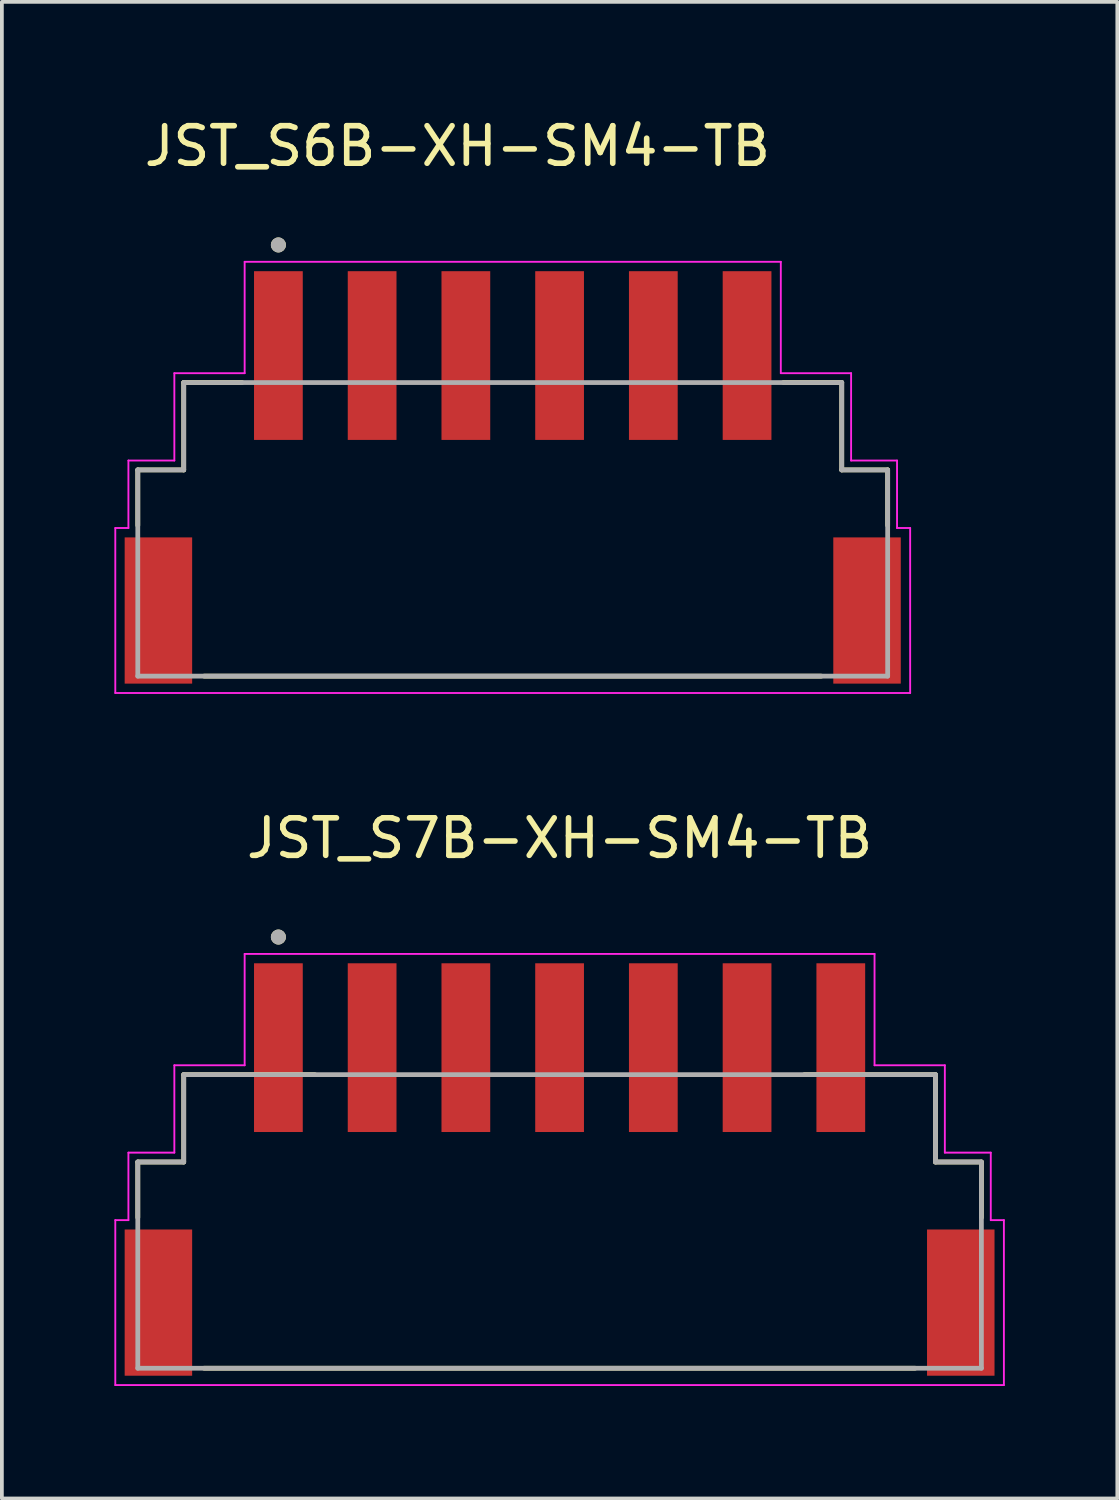
<source format=kicad_pcb>
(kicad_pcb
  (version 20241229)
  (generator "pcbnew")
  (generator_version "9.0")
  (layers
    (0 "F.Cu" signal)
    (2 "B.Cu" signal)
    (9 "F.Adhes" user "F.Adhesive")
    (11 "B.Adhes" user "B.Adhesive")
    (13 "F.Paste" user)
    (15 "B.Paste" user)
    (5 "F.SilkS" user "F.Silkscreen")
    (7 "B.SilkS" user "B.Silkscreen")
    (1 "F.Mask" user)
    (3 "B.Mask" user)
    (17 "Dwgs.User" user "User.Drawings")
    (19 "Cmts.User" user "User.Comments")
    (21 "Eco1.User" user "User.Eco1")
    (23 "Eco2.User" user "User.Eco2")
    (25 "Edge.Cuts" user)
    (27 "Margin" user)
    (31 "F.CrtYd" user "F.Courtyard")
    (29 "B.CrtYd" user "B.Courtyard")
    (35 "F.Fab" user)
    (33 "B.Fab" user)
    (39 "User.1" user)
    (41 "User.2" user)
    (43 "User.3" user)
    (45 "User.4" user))
  (footprint "JST_S6B-XH-SM4-TB"
    (layer "F.Cu")
    (at 10.625 13.233)
    (property "Reference" "JST_S6B-XH-SM4-TB" (at -1.475 -12.385 0) (layer "F.SilkS") (effects (font (size 1 1) (thickness 0.15))))
    (attr smd)
    (fp_line (start -10 -3.75) (end -8.775 -3.75) (stroke (width 0.127) (type solid)) (layer "F.SilkS"))
    (fp_line (start -10 -2.27) (end -10 -3.75) (stroke (width 0.127) (type solid)) (layer "F.SilkS"))
    (fp_line (start -8.775 -6.08) (end -7.22 -6.08) (stroke (width 0.127) (type solid)) (layer "F.SilkS"))
    (fp_line (start -8.775 -3.75) (end -8.775 -6.08) (stroke (width 0.127) (type solid)) (layer "F.SilkS"))
    (fp_line (start -8.23 1.75) (end 8.23 1.75) (stroke (width 0.127) (type solid)) (layer "F.SilkS"))
    (fp_line (start 7.22 -6.08) (end 8.775 -6.08) (stroke (width 0.127) (type solid)) (layer "F.SilkS"))
    (fp_line (start 8.775 -6.08) (end 8.775 -3.75) (stroke (width 0.127) (type solid)) (layer "F.SilkS"))
    (fp_line (start 8.775 -3.75) (end 10 -3.75) (stroke (width 0.127) (type solid)) (layer "F.SilkS"))
    (fp_line (start 10 -3.75) (end 10 -2.27) (stroke (width 0.127) (type solid)) (layer "F.SilkS"))
    (fp_circle (center -6.25 -9.75) (end -6.15 -9.75) (stroke (width 0.2) (type solid)) (fill no) (layer "F.SilkS"))
    (fp_line (start -10.6 -2.2) (end -10.6 2.2) (stroke (width 0.05) (type solid)) (layer "F.CrtYd"))
    (fp_line (start -10.6 2.2) (end 10.6 2.2) (stroke (width 0.05) (type solid)) (layer "F.CrtYd"))
    (fp_line (start -10.25 -4) (end -10.25 -2.2) (stroke (width 0.05) (type solid)) (layer "F.CrtYd"))
    (fp_line (start -10.25 -2.2) (end -10.6 -2.2) (stroke (width 0.05) (type solid)) (layer "F.CrtYd"))
    (fp_line (start -9.025 -6.33) (end -9.025 -4) (stroke (width 0.05) (type solid)) (layer "F.CrtYd"))
    (fp_line (start -9.025 -4) (end -10.25 -4) (stroke (width 0.05) (type solid)) (layer "F.CrtYd"))
    (fp_line (start -7.15 -9.3) (end -7.15 -6.33) (stroke (width 0.05) (type solid)) (layer "F.CrtYd"))
    (fp_line (start -7.15 -6.33) (end -9.025 -6.33) (stroke (width 0.05) (type solid)) (layer "F.CrtYd"))
    (fp_line (start 7.15 -9.3) (end -7.15 -9.3) (stroke (width 0.05) (type solid)) (layer "F.CrtYd"))
    (fp_line (start 7.15 -6.33) (end 7.15 -9.3) (stroke (width 0.05) (type solid)) (layer "F.CrtYd"))
    (fp_line (start 9.025 -6.33) (end 7.15 -6.33) (stroke (width 0.05) (type solid)) (layer "F.CrtYd"))
    (fp_line (start 9.025 -4) (end 9.025 -6.33) (stroke (width 0.05) (type solid)) (layer "F.CrtYd"))
    (fp_line (start 10.25 -4) (end 9.025 -4) (stroke (width 0.05) (type solid)) (layer "F.CrtYd"))
    (fp_line (start 10.25 -2.2) (end 10.25 -4) (stroke (width 0.05) (type solid)) (layer "F.CrtYd"))
    (fp_line (start 10.6 -2.2) (end 10.25 -2.2) (stroke (width 0.05) (type solid)) (layer "F.CrtYd"))
    (fp_line (start 10.6 2.2) (end 10.6 -2.2) (stroke (width 0.05) (type solid)) (layer "F.CrtYd"))
    (fp_line (start -10 -3.75) (end -8.775 -3.75) (stroke (width 0.127) (type solid)) (layer "F.Fab"))
    (fp_line (start -10 1.75) (end -10 -3.75) (stroke (width 0.127) (type solid)) (layer "F.Fab"))
    (fp_line (start -8.775 -6.08) (end 8.775 -6.08) (stroke (width 0.127) (type solid)) (layer "F.Fab"))
    (fp_line (start -8.775 -3.75) (end -8.775 -6.08) (stroke (width 0.127) (type solid)) (layer "F.Fab"))
    (fp_line (start 8.775 -6.08) (end 8.775 -3.75) (stroke (width 0.127) (type solid)) (layer "F.Fab"))
    (fp_line (start 8.775 -3.75) (end 10 -3.75) (stroke (width 0.127) (type solid)) (layer "F.Fab"))
    (fp_line (start 10 -3.75) (end 10 1.75) (stroke (width 0.127) (type solid)) (layer "F.Fab"))
    (fp_line (start 10 1.75) (end -10 1.75) (stroke (width 0.127) (type solid)) (layer "F.Fab"))
    (fp_circle (center -6.25 -9.75) (end -6.15 -9.75) (stroke (width 0.2) (type solid)) (fill no) (layer "F.Fab"))
    (pad "1" smd rect (at -6.25 -6.8) (size 1.3 4.5) (layers "F.Cu" "F.Mask" "F.Paste"))
    (pad "2" smd rect (at -3.75 -6.8) (size 1.3 4.5) (layers "F.Cu" "F.Mask" "F.Paste"))
    (pad "3" smd rect (at -1.25 -6.8) (size 1.3 4.5) (layers "F.Cu" "F.Mask" "F.Paste"))
    (pad "4" smd rect (at 1.25 -6.8) (size 1.3 4.5) (layers "F.Cu" "F.Mask" "F.Paste"))
    (pad "5" smd rect (at 3.75 -6.8) (size 1.3 4.5) (layers "F.Cu" "F.Mask" "F.Paste"))
    (pad "6" smd rect (at 6.25 -6.8) (size 1.3 4.5) (layers "F.Cu" "F.Mask" "F.Paste"))
    (pad "SH1" smd rect (at -9.45 0) (size 1.8 3.9) (layers "F.Cu" "F.Mask" "F.Paste"))
    (pad "SH2" smd rect (at 9.45 0) (size 1.8 3.9) (layers "F.Cu" "F.Mask" "F.Paste")))
  (footprint "JST_S7B-XH-SM4-TB"
    (layer "F.Cu")
    (at 11.875 31.692)
    (property "Reference" "JST_S7B-XH-SM4-TB" (at 0 -12.385 0) (layer "F.SilkS") (effects (font (size 1 1) (thickness 0.15))))
    (attr smd)
    (fp_line (start -11.25 -3.75) (end -10.025 -3.75) (stroke (width 0.127) (type solid)) (layer "F.SilkS"))
    (fp_line (start -11.25 -2.27) (end -11.25 -3.75) (stroke (width 0.127) (type solid)) (layer "F.SilkS"))
    (fp_line (start -10.025 -6.08) (end -6.53 -6.08) (stroke (width 0.127) (type solid)) (layer "F.SilkS"))
    (fp_line (start -10.025 -3.75) (end -10.025 -6.08) (stroke (width 0.127) (type solid)) (layer "F.SilkS"))
    (fp_line (start -9.48 1.75) (end 9.48 1.75) (stroke (width 0.127) (type solid)) (layer "F.SilkS"))
    (fp_line (start 6.53 -6.08) (end 10.025 -6.08) (stroke (width 0.127) (type solid)) (layer "F.SilkS"))
    (fp_line (start 10.025 -6.08) (end 10.025 -3.75) (stroke (width 0.127) (type solid)) (layer "F.SilkS"))
    (fp_line (start 10.025 -3.75) (end 11.25 -3.75) (stroke (width 0.127) (type solid)) (layer "F.SilkS"))
    (fp_line (start 11.25 -3.75) (end 11.25 -2.27) (stroke (width 0.127) (type solid)) (layer "F.SilkS"))
    (fp_circle (center -7.5 -9.75) (end -7.4 -9.75) (stroke (width 0.2) (type solid)) (fill no) (layer "F.SilkS"))
    (fp_line (start -11.85 -2.2) (end -11.85 2.2) (stroke (width 0.05) (type solid)) (layer "F.CrtYd"))
    (fp_line (start -11.85 2.2) (end 11.85 2.2) (stroke (width 0.05) (type solid)) (layer "F.CrtYd"))
    (fp_line (start -11.5 -4) (end -11.5 -2.2) (stroke (width 0.05) (type solid)) (layer "F.CrtYd"))
    (fp_line (start -11.5 -2.2) (end -11.85 -2.2) (stroke (width 0.05) (type solid)) (layer "F.CrtYd"))
    (fp_line (start -10.275 -6.33) (end -10.275 -4) (stroke (width 0.05) (type solid)) (layer "F.CrtYd"))
    (fp_line (start -10.275 -4) (end -11.5 -4) (stroke (width 0.05) (type solid)) (layer "F.CrtYd"))
    (fp_line (start -8.4 -9.3) (end -8.4 -6.33) (stroke (width 0.05) (type solid)) (layer "F.CrtYd"))
    (fp_line (start -8.4 -6.33) (end -10.275 -6.33) (stroke (width 0.05) (type solid)) (layer "F.CrtYd"))
    (fp_line (start 8.4 -9.3) (end -8.4 -9.3) (stroke (width 0.05) (type solid)) (layer "F.CrtYd"))
    (fp_line (start 8.4 -6.33) (end 8.4 -9.3) (stroke (width 0.05) (type solid)) (layer "F.CrtYd"))
    (fp_line (start 10.275 -6.33) (end 8.4 -6.33) (stroke (width 0.05) (type solid)) (layer "F.CrtYd"))
    (fp_line (start 10.275 -4) (end 10.275 -6.33) (stroke (width 0.05) (type solid)) (layer "F.CrtYd"))
    (fp_line (start 11.5 -4) (end 10.275 -4) (stroke (width 0.05) (type solid)) (layer "F.CrtYd"))
    (fp_line (start 11.5 -2.2) (end 11.5 -4) (stroke (width 0.05) (type solid)) (layer "F.CrtYd"))
    (fp_line (start 11.85 -2.2) (end 11.5 -2.2) (stroke (width 0.05) (type solid)) (layer "F.CrtYd"))
    (fp_line (start 11.85 2.2) (end 11.85 -2.2) (stroke (width 0.05) (type solid)) (layer "F.CrtYd"))
    (fp_line (start -11.25 -3.75) (end -10.025 -3.75) (stroke (width 0.127) (type solid)) (layer "F.Fab"))
    (fp_line (start -11.25 1.75) (end -11.25 -3.75) (stroke (width 0.127) (type solid)) (layer "F.Fab"))
    (fp_line (start -10.025 -6.08) (end 10.025 -6.08) (stroke (width 0.127) (type solid)) (layer "F.Fab"))
    (fp_line (start -10.025 -3.75) (end -10.025 -6.08) (stroke (width 0.127) (type solid)) (layer "F.Fab"))
    (fp_line (start 10.025 -6.08) (end 10.025 -3.75) (stroke (width 0.127) (type solid)) (layer "F.Fab"))
    (fp_line (start 10.025 -3.75) (end 11.25 -3.75) (stroke (width 0.127) (type solid)) (layer "F.Fab"))
    (fp_line (start 11.25 -3.75) (end 11.25 1.75) (stroke (width 0.127) (type solid)) (layer "F.Fab"))
    (fp_line (start 11.25 1.75) (end -11.25 1.75) (stroke (width 0.127) (type solid)) (layer "F.Fab"))
    (fp_circle (center -7.5 -9.75) (end -7.4 -9.75) (stroke (width 0.2) (type solid)) (fill no) (layer "F.Fab"))
    (pad "1" smd rect (at -7.5 -6.8) (size 1.3 4.5) (layers "F.Cu" "F.Mask" "F.Paste"))
    (pad "2" smd rect (at -5 -6.8) (size 1.3 4.5) (layers "F.Cu" "F.Mask" "F.Paste"))
    (pad "3" smd rect (at -2.5 -6.8) (size 1.3 4.5) (layers "F.Cu" "F.Mask" "F.Paste"))
    (pad "4" smd rect (at 0 -6.8) (size 1.3 4.5) (layers "F.Cu" "F.Mask" "F.Paste"))
    (pad "5" smd rect (at 2.5 -6.8) (size 1.3 4.5) (layers "F.Cu" "F.Mask" "F.Paste"))
    (pad "6" smd rect (at 5 -6.8) (size 1.3 4.5) (layers "F.Cu" "F.Mask" "F.Paste"))
    (pad "7" smd rect (at 7.5 -6.8) (size 1.3 4.5) (layers "F.Cu" "F.Mask" "F.Paste"))
    (pad "SH1" smd rect (at -10.7 0) (size 1.8 3.9) (layers "F.Cu" "F.Mask" "F.Paste"))
    (pad "SH2" smd rect (at 10.7 0) (size 1.8 3.9) (layers "F.Cu" "F.Mask" "F.Paste")))
  (gr_rect
    (start -3 -3)
    (end 26.75 36.916)
    (stroke (width 0.1) (type default))
    (fill no)
    (layer "Edge.Cuts")))
</source>
